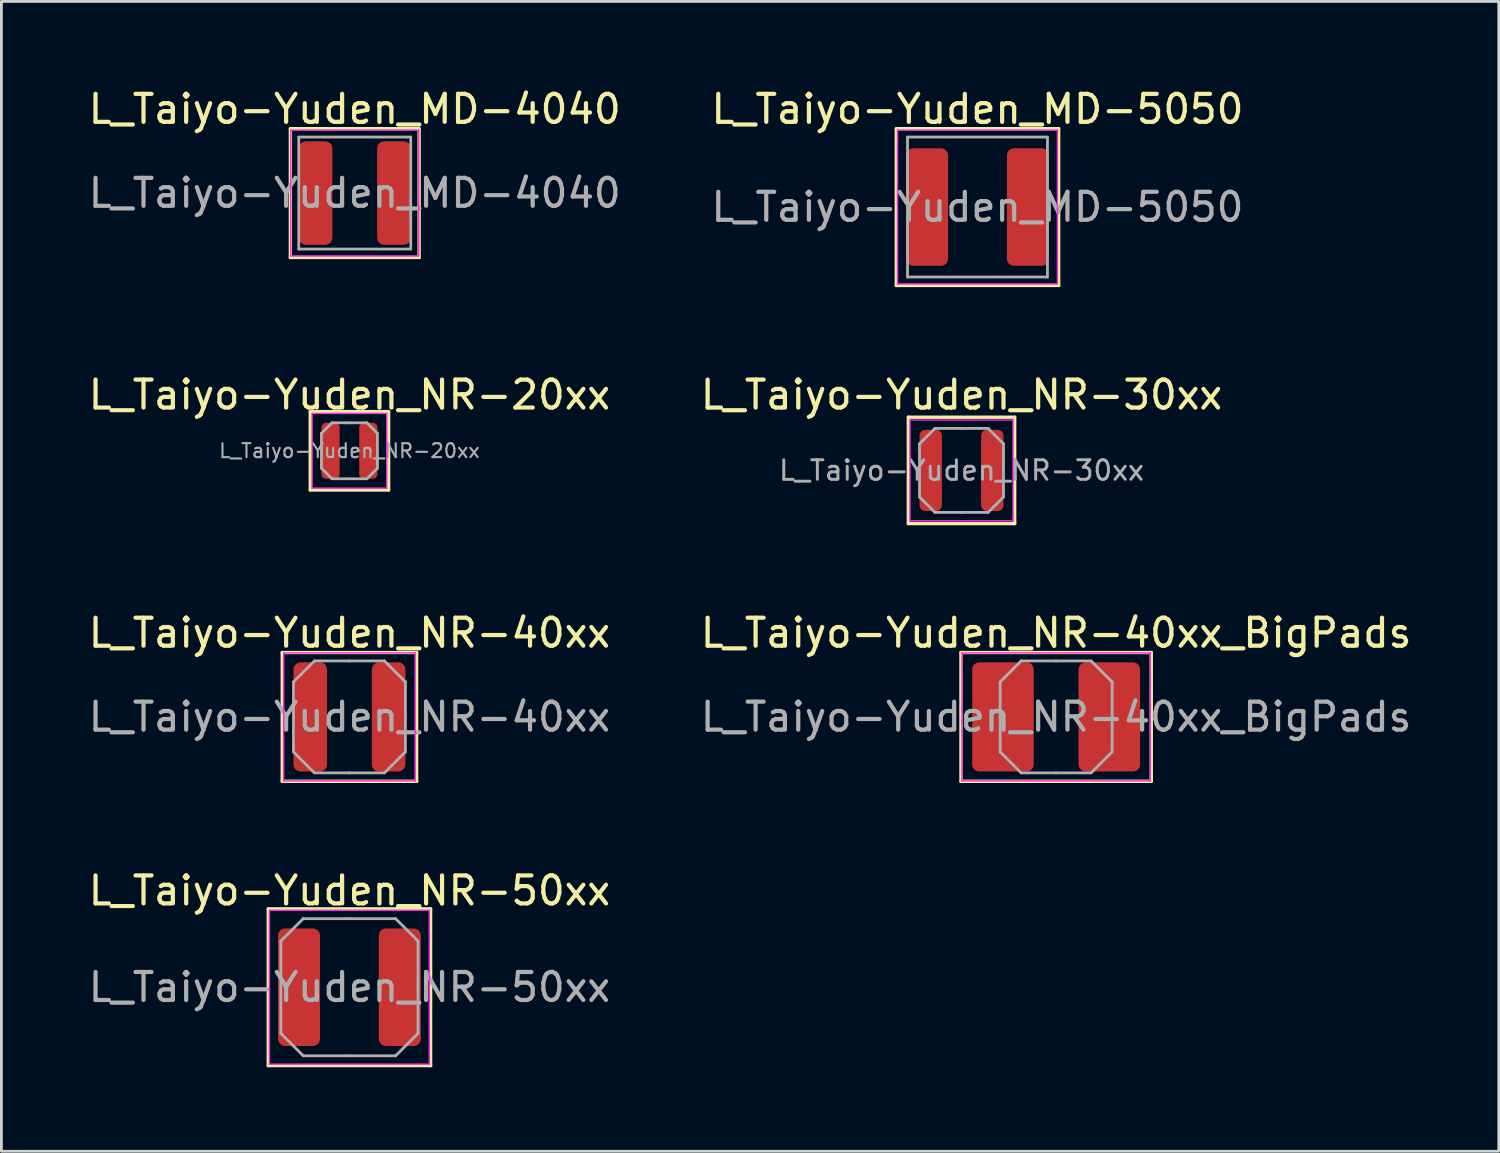
<source format=kicad_pcb>
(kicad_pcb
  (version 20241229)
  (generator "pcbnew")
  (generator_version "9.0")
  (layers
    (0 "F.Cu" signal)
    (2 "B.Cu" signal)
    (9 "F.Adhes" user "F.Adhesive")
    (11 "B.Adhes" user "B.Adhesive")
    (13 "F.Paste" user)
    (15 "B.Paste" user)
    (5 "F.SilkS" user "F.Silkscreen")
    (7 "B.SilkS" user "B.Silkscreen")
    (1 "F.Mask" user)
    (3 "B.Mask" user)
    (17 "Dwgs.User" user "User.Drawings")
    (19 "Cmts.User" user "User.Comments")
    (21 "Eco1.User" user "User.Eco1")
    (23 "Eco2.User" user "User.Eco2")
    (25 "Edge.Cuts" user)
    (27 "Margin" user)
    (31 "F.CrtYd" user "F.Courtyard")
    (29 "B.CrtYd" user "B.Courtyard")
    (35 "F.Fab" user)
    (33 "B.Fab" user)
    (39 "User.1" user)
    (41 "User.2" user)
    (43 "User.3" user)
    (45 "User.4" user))
  (footprint "L_Taiyo-Yuden_MD-5050"
    (layer "F.Cu")
    (at 31.875 4.348)
    (property "Reference" "L_Taiyo-Yuden_MD-5050" (at 0 -3.5 0) (layer "F.SilkS") (effects (font (size 1 1) (thickness 0.15))))
    (attr smd)
    (fp_line (start -2.9 -2.8) (end -2.9 2.8) (stroke (width 0.12) (type solid)) (layer "F.SilkS"))
    (fp_line (start -2.9 2.8) (end 2.9 2.8) (stroke (width 0.12) (type solid)) (layer "F.SilkS"))
    (fp_line (start 2.9 -2.8) (end -2.9 -2.8) (stroke (width 0.12) (type solid)) (layer "F.SilkS"))
    (fp_line (start 2.9 2.8) (end 2.9 -2.8) (stroke (width 0.12) (type solid)) (layer "F.SilkS"))
    (fp_line (start -2.857 -2.75) (end -2.857 2.75) (stroke (width 0.05) (type solid)) (layer "F.CrtYd"))
    (fp_line (start -2.857 2.75) (end 2.857 2.75) (stroke (width 0.05) (type solid)) (layer "F.CrtYd"))
    (fp_line (start 2.857 -2.75) (end -2.857 -2.75) (stroke (width 0.05) (type solid)) (layer "F.CrtYd"))
    (fp_line (start 2.857 2.75) (end 2.857 -2.75) (stroke (width 0.05) (type solid)) (layer "F.CrtYd"))
    (fp_line (start -2.5 -2.5) (end -2.5 2.5) (stroke (width 0.1) (type solid)) (layer "F.Fab"))
    (fp_line (start -2.5 2.5) (end 2.5 2.5) (stroke (width 0.1) (type solid)) (layer "F.Fab"))
    (fp_line (start 2.5 -2.5) (end -2.5 -2.5) (stroke (width 0.1) (type solid)) (layer "F.Fab"))
    (fp_line (start 2.5 2.5) (end 2.5 -2.5) (stroke (width 0.1) (type solid)) (layer "F.Fab"))
    (fp_text user "${REFERENCE}" (at 0 0 0) (layer "F.Fab") (effects (font (size 1 1) (thickness 0.15))))
    (pad "1" smd roundrect (at -1.8 0) (size 1.5 4.2) (layers "F.Cu" "F.Mask" "F.Paste") (roundrect_rratio 0.167))
    (pad "2" smd roundrect (at 1.8 0) (size 1.5 4.2) (layers "F.Cu" "F.Mask" "F.Paste") (roundrect_rratio 0.167)))
  (footprint "L_Taiyo-Yuden_NR-30xx"
    (layer "F.Cu")
    (at 31.304 13.757)
    (property "Reference" "L_Taiyo-Yuden_NR-30xx" (at 0 -2.7 0) (layer "F.SilkS") (effects (font (size 1 1) (thickness 0.15))))
    (attr smd)
    (fp_line (start -1.9 -1.9) (end -1.9 1.9) (stroke (width 0.12) (type solid)) (layer "F.SilkS"))
    (fp_line (start -1.9 1.9) (end 1.9 1.9) (stroke (width 0.12) (type solid)) (layer "F.SilkS"))
    (fp_line (start 1.9 -1.9) (end -1.9 -1.9) (stroke (width 0.12) (type solid)) (layer "F.SilkS"))
    (fp_line (start 1.9 1.9) (end 1.9 -1.9) (stroke (width 0.12) (type solid)) (layer "F.SilkS"))
    (fp_line (start -1.841 -1.8) (end -1.841 1.8) (stroke (width 0.05) (type solid)) (layer "F.CrtYd"))
    (fp_line (start -1.841 1.8) (end 1.841 1.8) (stroke (width 0.05) (type solid)) (layer "F.CrtYd"))
    (fp_line (start 1.841 -1.8) (end -1.841 -1.8) (stroke (width 0.05) (type solid)) (layer "F.CrtYd"))
    (fp_line (start 1.841 1.8) (end 1.841 -1.8) (stroke (width 0.05) (type solid)) (layer "F.CrtYd"))
    (fp_line (start -1.5 -0.95) (end -0.95 -1.5) (stroke (width 0.1) (type solid)) (layer "F.Fab"))
    (fp_line (start -1.5 0) (end -1.5 -0.95) (stroke (width 0.1) (type solid)) (layer "F.Fab"))
    (fp_line (start -1.5 0) (end -1.5 0.95) (stroke (width 0.1) (type solid)) (layer "F.Fab"))
    (fp_line (start -1.5 0.95) (end -0.95 1.5) (stroke (width 0.1) (type solid)) (layer "F.Fab"))
    (fp_line (start -0.95 -1.5) (end 0 -1.5) (stroke (width 0.1) (type solid)) (layer "F.Fab"))
    (fp_line (start -0.95 1.5) (end 0 1.5) (stroke (width 0.1) (type solid)) (layer "F.Fab"))
    (fp_line (start 0.95 -1.5) (end 0 -1.5) (stroke (width 0.1) (type solid)) (layer "F.Fab"))
    (fp_line (start 0.95 1.5) (end 0 1.5) (stroke (width 0.1) (type solid)) (layer "F.Fab"))
    (fp_line (start 1.5 -0.95) (end 0.95 -1.5) (stroke (width 0.1) (type solid)) (layer "F.Fab"))
    (fp_line (start 1.5 0) (end 1.5 -0.95) (stroke (width 0.1) (type solid)) (layer "F.Fab"))
    (fp_line (start 1.5 0) (end 1.5 0.95) (stroke (width 0.1) (type solid)) (layer "F.Fab"))
    (fp_line (start 1.5 0.95) (end 0.95 1.5) (stroke (width 0.1) (type solid)) (layer "F.Fab"))
    (fp_text user "${REFERENCE}" (at 0 0 0) (layer "F.Fab") (effects (font (size 0.7 0.7) (thickness 0.105))))
    (pad "1" smd roundrect (at -1.1 0) (size 0.8 2.9) (layers "F.Cu" "F.Mask" "F.Paste") (roundrect_rratio 0.25))
    (pad "2" smd roundrect (at 1.1 0) (size 0.8 2.9) (layers "F.Cu" "F.Mask" "F.Paste") (roundrect_rratio 0.25)))
  (footprint "L_Taiyo-Yuden_MD-4040"
    (layer "F.Cu")
    (at 9.625 3.848)
    (property "Reference" "L_Taiyo-Yuden_MD-4040" (at 0 -3 0) (layer "F.SilkS") (effects (font (size 1 1) (thickness 0.15))))
    (attr smd)
    (fp_line (start -2.3 -2.3) (end -2.3 2.3) (stroke (width 0.12) (type solid)) (layer "F.SilkS"))
    (fp_line (start -2.3 2.3) (end 2.3 2.3) (stroke (width 0.12) (type solid)) (layer "F.SilkS"))
    (fp_line (start 2.3 -2.3) (end -2.3 -2.3) (stroke (width 0.12) (type solid)) (layer "F.SilkS"))
    (fp_line (start 2.3 2.3) (end 2.3 -2.3) (stroke (width 0.12) (type solid)) (layer "F.SilkS"))
    (fp_line (start -2.286 -2.25) (end -2.286 2.25) (stroke (width 0.05) (type solid)) (layer "F.CrtYd"))
    (fp_line (start -2.286 2.25) (end 2.286 2.25) (stroke (width 0.05) (type solid)) (layer "F.CrtYd"))
    (fp_line (start 2.286 -2.25) (end -2.286 -2.25) (stroke (width 0.05) (type solid)) (layer "F.CrtYd"))
    (fp_line (start 2.286 2.25) (end 2.286 -2.25) (stroke (width 0.05) (type solid)) (layer "F.CrtYd"))
    (fp_line (start -2 -2) (end -2 2) (stroke (width 0.1) (type solid)) (layer "F.Fab"))
    (fp_line (start -2 2) (end 2 2) (stroke (width 0.1) (type solid)) (layer "F.Fab"))
    (fp_line (start 2 -2) (end -2 -2) (stroke (width 0.1) (type solid)) (layer "F.Fab"))
    (fp_line (start 2 2) (end 2 -2) (stroke (width 0.1) (type solid)) (layer "F.Fab"))
    (fp_text user "${REFERENCE}" (at 0 0 0) (layer "F.Fab") (effects (font (size 1 1) (thickness 0.15))))
    (pad "1" smd roundrect (at -1.4 0) (size 1.2 3.7) (layers "F.Cu" "F.Mask" "F.Paste") (roundrect_rratio 0.208))
    (pad "2" smd roundrect (at 1.4 0) (size 1.2 3.7) (layers "F.Cu" "F.Mask" "F.Paste") (roundrect_rratio 0.208)))
  (footprint "L_Taiyo-Yuden_NR-40xx_BigPads"
    (layer "F.Cu")
    (at 34.685 22.565)
    (property "Reference" "L_Taiyo-Yuden_NR-40xx_BigPads" (at 0 -3 0) (layer "F.SilkS") (effects (font (size 1 1) (thickness 0.15))))
    (attr smd)
    (fp_line (start -3.4 -2.3) (end -3.4 2.3) (stroke (width 0.12) (type solid)) (layer "F.SilkS"))
    (fp_line (start -3.4 2.3) (end 3.4 2.3) (stroke (width 0.12) (type solid)) (layer "F.SilkS"))
    (fp_line (start 3.4 -2.3) (end -3.4 -2.3) (stroke (width 0.12) (type solid)) (layer "F.SilkS"))
    (fp_line (start 3.4 2.3) (end 3.4 -2.3) (stroke (width 0.12) (type solid)) (layer "F.SilkS"))
    (fp_line (start -3.365 -2.286) (end -3.365 2.286) (stroke (width 0.05) (type solid)) (layer "F.CrtYd"))
    (fp_line (start -3.365 2.286) (end 3.365 2.286) (stroke (width 0.05) (type solid)) (layer "F.CrtYd"))
    (fp_line (start 3.365 -2.286) (end -3.365 -2.286) (stroke (width 0.05) (type solid)) (layer "F.CrtYd"))
    (fp_line (start 3.365 2.286) (end 3.365 -2.286) (stroke (width 0.05) (type solid)) (layer "F.CrtYd"))
    (fp_line (start -2 -1.25) (end -1.25 -2) (stroke (width 0.1) (type solid)) (layer "F.Fab"))
    (fp_line (start -2 0) (end -2 -1.25) (stroke (width 0.1) (type solid)) (layer "F.Fab"))
    (fp_line (start -2 0) (end -2 1.25) (stroke (width 0.1) (type solid)) (layer "F.Fab"))
    (fp_line (start -2 1.25) (end -1.25 2) (stroke (width 0.1) (type solid)) (layer "F.Fab"))
    (fp_line (start -1.25 -2) (end 0 -2) (stroke (width 0.1) (type solid)) (layer "F.Fab"))
    (fp_line (start -1.25 2) (end 0 2) (stroke (width 0.1) (type solid)) (layer "F.Fab"))
    (fp_line (start 1.25 -2) (end 0 -2) (stroke (width 0.1) (type solid)) (layer "F.Fab"))
    (fp_line (start 1.25 2) (end 0 2) (stroke (width 0.1) (type solid)) (layer "F.Fab"))
    (fp_line (start 2 -1.25) (end 1.25 -2) (stroke (width 0.1) (type solid)) (layer "F.Fab"))
    (fp_line (start 2 0) (end 2 -1.25) (stroke (width 0.1) (type solid)) (layer "F.Fab"))
    (fp_line (start 2 0) (end 2 1.25) (stroke (width 0.1) (type solid)) (layer "F.Fab"))
    (fp_line (start 2 1.25) (end 1.25 2) (stroke (width 0.1) (type solid)) (layer "F.Fab"))
    (fp_text user "${REFERENCE}" (at 0 0 0) (layer "F.Fab") (effects (font (size 1 1) (thickness 0.15))))
    (pad "1" smd roundrect (at -1.9 0) (size 2.2 3.9) (layers "F.Cu" "F.Mask" "F.Paste") (roundrect_rratio 0.114))
    (pad "2" smd roundrect (at 1.9 0) (size 2.2 3.9) (layers "F.Cu" "F.Mask" "F.Paste") (roundrect_rratio 0.114)))
  (footprint "L_Taiyo-Yuden_NR-20xx"
    (layer "F.Cu")
    (at 9.435 13.056)
    (property "Reference" "L_Taiyo-Yuden_NR-20xx" (at 0 -2 0) (layer "F.SilkS") (effects (font (size 1 1) (thickness 0.15))))
    (attr smd)
    (fp_line (start -1.4 -1.4) (end -1.4 1.4) (stroke (width 0.12) (type solid)) (layer "F.SilkS"))
    (fp_line (start -1.4 1.4) (end 1.4 1.4) (stroke (width 0.12) (type solid)) (layer "F.SilkS"))
    (fp_line (start 1.4 -1.4) (end -1.4 -1.4) (stroke (width 0.12) (type solid)) (layer "F.SilkS"))
    (fp_line (start 1.4 1.4) (end 1.4 -1.4) (stroke (width 0.12) (type solid)) (layer "F.SilkS"))
    (fp_line (start -1.333 -1.333) (end -1.333 1.333) (stroke (width 0.05) (type solid)) (layer "F.CrtYd"))
    (fp_line (start -1.333 1.333) (end 1.333 1.333) (stroke (width 0.05) (type solid)) (layer "F.CrtYd"))
    (fp_line (start 1.333 -1.333) (end -1.333 -1.333) (stroke (width 0.05) (type solid)) (layer "F.CrtYd"))
    (fp_line (start 1.333 1.333) (end 1.333 -1.333) (stroke (width 0.05) (type solid)) (layer "F.CrtYd"))
    (fp_line (start -1 -0.625) (end -0.625 -1) (stroke (width 0.1) (type solid)) (layer "F.Fab"))
    (fp_line (start -1 0) (end -1 -0.625) (stroke (width 0.1) (type solid)) (layer "F.Fab"))
    (fp_line (start -1 0) (end -1 0.625) (stroke (width 0.1) (type solid)) (layer "F.Fab"))
    (fp_line (start -1 0.625) (end -0.625 1) (stroke (width 0.1) (type solid)) (layer "F.Fab"))
    (fp_line (start -0.625 -1) (end 0 -1) (stroke (width 0.1) (type solid)) (layer "F.Fab"))
    (fp_line (start -0.625 1) (end 0 1) (stroke (width 0.1) (type solid)) (layer "F.Fab"))
    (fp_line (start 0.625 -1) (end 0 -1) (stroke (width 0.1) (type solid)) (layer "F.Fab"))
    (fp_line (start 0.625 1) (end 0 1) (stroke (width 0.1) (type solid)) (layer "F.Fab"))
    (fp_line (start 1 -0.625) (end 0.625 -1) (stroke (width 0.1) (type solid)) (layer "F.Fab"))
    (fp_line (start 1 0) (end 1 -0.625) (stroke (width 0.1) (type solid)) (layer "F.Fab"))
    (fp_line (start 1 0) (end 1 0.625) (stroke (width 0.1) (type solid)) (layer "F.Fab"))
    (fp_line (start 1 0.625) (end 0.625 1) (stroke (width 0.1) (type solid)) (layer "F.Fab"))
    (fp_text user "${REFERENCE}" (at 0 0 0) (layer "F.Fab") (effects (font (size 0.5 0.5) (thickness 0.075))))
    (pad "1" smd roundrect (at -0.675 0) (size 0.65 2) (layers "F.Cu" "F.Mask" "F.Paste") (roundrect_rratio 0.25))
    (pad "2" smd roundrect (at 0.675 0) (size 0.65 2) (layers "F.Cu" "F.Mask" "F.Paste") (roundrect_rratio 0.25)))
  (footprint "L_Taiyo-Yuden_NR-50xx"
    (layer "F.Cu")
    (at 9.435 32.223)
    (property "Reference" "L_Taiyo-Yuden_NR-50xx" (at 0 -3.45 0) (layer "F.SilkS") (effects (font (size 1 1) (thickness 0.15))))
    (attr smd)
    (fp_line (start -2.9 -2.8) (end -2.9 2.8) (stroke (width 0.12) (type solid)) (layer "F.SilkS"))
    (fp_line (start -2.9 2.8) (end 2.9 2.8) (stroke (width 0.12) (type solid)) (layer "F.SilkS"))
    (fp_line (start 2.9 -2.8) (end -2.9 -2.8) (stroke (width 0.12) (type solid)) (layer "F.SilkS"))
    (fp_line (start 2.9 2.8) (end 2.9 -2.8) (stroke (width 0.12) (type solid)) (layer "F.SilkS"))
    (fp_line (start -2.857 -2.75) (end -2.857 2.75) (stroke (width 0.05) (type solid)) (layer "F.CrtYd"))
    (fp_line (start -2.857 2.75) (end 2.857 2.75) (stroke (width 0.05) (type solid)) (layer "F.CrtYd"))
    (fp_line (start 2.857 -2.75) (end -2.857 -2.75) (stroke (width 0.05) (type solid)) (layer "F.CrtYd"))
    (fp_line (start 2.857 2.75) (end 2.857 -2.75) (stroke (width 0.05) (type solid)) (layer "F.CrtYd"))
    (fp_line (start -2.45 -1.65) (end -1.65 -2.45) (stroke (width 0.1) (type solid)) (layer "F.Fab"))
    (fp_line (start -2.45 0) (end -2.45 -1.65) (stroke (width 0.1) (type solid)) (layer "F.Fab"))
    (fp_line (start -2.45 0) (end -2.45 1.65) (stroke (width 0.1) (type solid)) (layer "F.Fab"))
    (fp_line (start -2.45 1.65) (end -1.65 2.45) (stroke (width 0.1) (type solid)) (layer "F.Fab"))
    (fp_line (start -1.65 -2.45) (end 0 -2.45) (stroke (width 0.1) (type solid)) (layer "F.Fab"))
    (fp_line (start -1.65 2.45) (end 0 2.45) (stroke (width 0.1) (type solid)) (layer "F.Fab"))
    (fp_line (start 1.65 -2.45) (end 0 -2.45) (stroke (width 0.1) (type solid)) (layer "F.Fab"))
    (fp_line (start 1.65 2.45) (end 0 2.45) (stroke (width 0.1) (type solid)) (layer "F.Fab"))
    (fp_line (start 2.45 -1.65) (end 1.65 -2.45) (stroke (width 0.1) (type solid)) (layer "F.Fab"))
    (fp_line (start 2.45 0) (end 2.45 -1.65) (stroke (width 0.1) (type solid)) (layer "F.Fab"))
    (fp_line (start 2.45 0) (end 2.45 1.65) (stroke (width 0.1) (type solid)) (layer "F.Fab"))
    (fp_line (start 2.45 1.65) (end 1.65 2.45) (stroke (width 0.1) (type solid)) (layer "F.Fab"))
    (fp_text user "${REFERENCE}" (at 0 0 0) (layer "F.Fab") (effects (font (size 1 1) (thickness 0.15))))
    (pad "1" smd roundrect (at -1.8 0) (size 1.5 4.2) (layers "F.Cu" "F.Mask" "F.Paste") (roundrect_rratio 0.167))
    (pad "2" smd roundrect (at 1.8 0) (size 1.5 4.2) (layers "F.Cu" "F.Mask" "F.Paste") (roundrect_rratio 0.167)))
  (footprint "L_Taiyo-Yuden_NR-40xx"
    (layer "F.Cu")
    (at 9.435 22.565)
    (property "Reference" "L_Taiyo-Yuden_NR-40xx" (at 0 -3 0) (layer "F.SilkS") (effects (font (size 1 1) (thickness 0.15))))
    (attr smd)
    (fp_line (start -2.4 -2.3) (end -2.4 2.3) (stroke (width 0.12) (type solid)) (layer "F.SilkS"))
    (fp_line (start -2.4 2.3) (end 2.4 2.3) (stroke (width 0.12) (type solid)) (layer "F.SilkS"))
    (fp_line (start 2.4 -2.3) (end -2.4 -2.3) (stroke (width 0.12) (type solid)) (layer "F.SilkS"))
    (fp_line (start 2.4 2.3) (end 2.4 -2.3) (stroke (width 0.12) (type solid)) (layer "F.SilkS"))
    (fp_line (start -2.349 -2.286) (end -2.349 2.286) (stroke (width 0.05) (type solid)) (layer "F.CrtYd"))
    (fp_line (start -2.349 2.286) (end 2.349 2.286) (stroke (width 0.05) (type solid)) (layer "F.CrtYd"))
    (fp_line (start 2.349 -2.286) (end -2.349 -2.286) (stroke (width 0.05) (type solid)) (layer "F.CrtYd"))
    (fp_line (start 2.349 2.286) (end 2.349 -2.286) (stroke (width 0.05) (type solid)) (layer "F.CrtYd"))
    (fp_line (start -2 -1.25) (end -1.25 -2) (stroke (width 0.1) (type solid)) (layer "F.Fab"))
    (fp_line (start -2 0) (end -2 -1.25) (stroke (width 0.1) (type solid)) (layer "F.Fab"))
    (fp_line (start -2 0) (end -2 1.25) (stroke (width 0.1) (type solid)) (layer "F.Fab"))
    (fp_line (start -2 1.25) (end -1.25 2) (stroke (width 0.1) (type solid)) (layer "F.Fab"))
    (fp_line (start -1.25 -2) (end 0 -2) (stroke (width 0.1) (type solid)) (layer "F.Fab"))
    (fp_line (start -1.25 2) (end 0 2) (stroke (width 0.1) (type solid)) (layer "F.Fab"))
    (fp_line (start 1.25 -2) (end 0 -2) (stroke (width 0.1) (type solid)) (layer "F.Fab"))
    (fp_line (start 1.25 2) (end 0 2) (stroke (width 0.1) (type solid)) (layer "F.Fab"))
    (fp_line (start 2 -1.25) (end 1.25 -2) (stroke (width 0.1) (type solid)) (layer "F.Fab"))
    (fp_line (start 2 0) (end 2 -1.25) (stroke (width 0.1) (type solid)) (layer "F.Fab"))
    (fp_line (start 2 0) (end 2 1.25) (stroke (width 0.1) (type solid)) (layer "F.Fab"))
    (fp_line (start 2 1.25) (end 1.25 2) (stroke (width 0.1) (type solid)) (layer "F.Fab"))
    (fp_text user "${REFERENCE}" (at 0 0 0) (layer "F.Fab") (effects (font (size 1 1) (thickness 0.15))))
    (pad "1" smd roundrect (at -1.4 0) (size 1.2 3.9) (layers "F.Cu" "F.Mask" "F.Paste") (roundrect_rratio 0.208))
    (pad "2" smd roundrect (at 1.4 0) (size 1.2 3.9) (layers "F.Cu" "F.Mask" "F.Paste") (roundrect_rratio 0.208)))
  (gr_rect
    (start -3 -3)
    (end 50.5 38.083)
    (stroke (width 0.1) (type default))
    (fill no)
    (layer "Edge.Cuts")))
</source>
